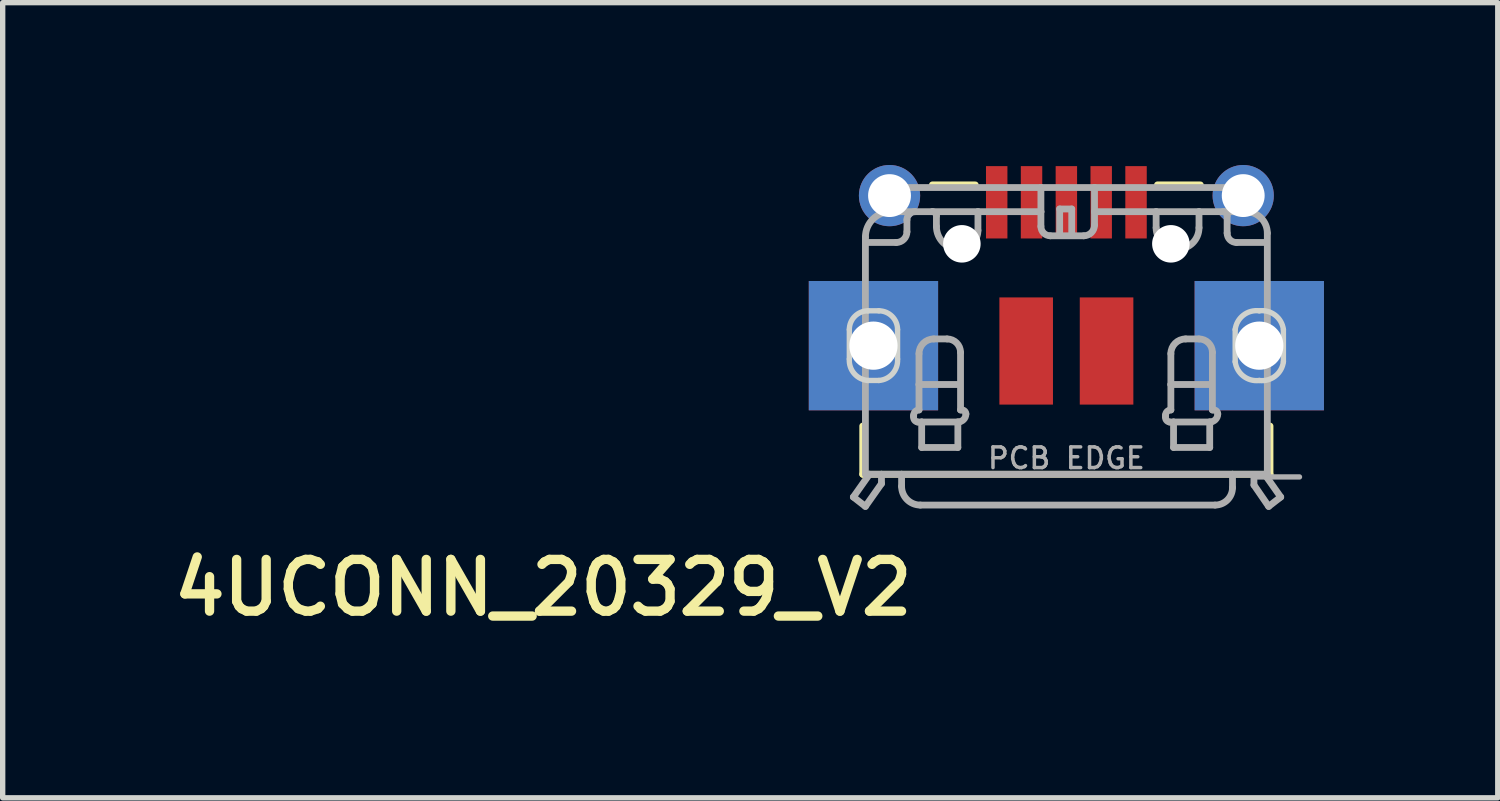
<source format=kicad_pcb>
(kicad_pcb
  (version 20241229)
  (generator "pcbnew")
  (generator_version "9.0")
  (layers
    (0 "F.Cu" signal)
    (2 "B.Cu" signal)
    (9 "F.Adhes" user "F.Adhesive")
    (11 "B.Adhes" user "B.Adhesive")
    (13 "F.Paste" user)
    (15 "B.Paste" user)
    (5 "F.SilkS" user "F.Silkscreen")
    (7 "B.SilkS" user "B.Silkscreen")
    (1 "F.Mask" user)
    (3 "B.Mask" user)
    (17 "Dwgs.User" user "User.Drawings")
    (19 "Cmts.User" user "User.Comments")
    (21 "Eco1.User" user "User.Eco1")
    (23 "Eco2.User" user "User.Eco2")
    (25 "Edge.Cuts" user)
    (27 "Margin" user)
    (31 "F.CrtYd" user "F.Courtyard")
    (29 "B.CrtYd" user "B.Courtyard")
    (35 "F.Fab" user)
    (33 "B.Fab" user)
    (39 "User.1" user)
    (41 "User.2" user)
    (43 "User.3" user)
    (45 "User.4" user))
  (footprint "4UCONN_20329_V2"
    (layer "F.Cu")
    (at 16.849 1.5)
    (property "Reference" "4UCONN_20329_V2" (at -2.778 5.852 180) (layer "F.SilkS") (effects (font (size 0.965 0.965) (thickness 0.174)) (justify right top)))
    (attr through_hole)
    (fp_poly (pts (xy -1.55 -0.05) (xy -1.05 -0.05) (xy -1.05 -1.5) (xy -1.55 -1.5)) (stroke (width 0) (type solid)) (fill yes) (layer "F.Mask"))
    (fp_poly (pts (xy -0.9 -0.05) (xy -0.4 -0.05) (xy -0.4 -1.5) (xy -0.9 -1.5)) (stroke (width 0) (type solid)) (fill yes) (layer "F.Mask"))
    (fp_poly (pts (xy -0.25 -0.05) (xy 0.25 -0.05) (xy 0.25 -1.5) (xy -0.25 -1.5)) (stroke (width 0) (type solid)) (fill yes) (layer "F.Mask"))
    (fp_poly (pts (xy 0.4 -0.05) (xy 0.9 -0.05) (xy 0.9 -1.5) (xy 0.4 -1.5)) (stroke (width 0) (type solid)) (fill yes) (layer "F.Mask"))
    (fp_poly (pts (xy 1.05 -0.05) (xy 1.55 -0.05) (xy 1.55 -1.5) (xy 1.05 -1.5)) (stroke (width 0) (type solid)) (fill yes) (layer "F.Mask"))
    (fp_line (start -3.8 3.4) (end -3.8 4.3) (stroke (width 0.127) (type solid)) (layer "F.SilkS"))
    (fp_line (start -3.8 4.3) (end 3.8 4.3) (stroke (width 0.127) (type solid)) (layer "F.SilkS"))
    (fp_line (start -2.5 -1.1) (end -1.7 -1.1) (stroke (width 0.127) (type solid)) (layer "F.SilkS"))
    (fp_line (start 1.7 -1.1) (end 2.5 -1.1) (stroke (width 0.127) (type solid)) (layer "F.SilkS"))
    (fp_line (start 3.8 4.3) (end 3.8 3.4) (stroke (width 0.127) (type solid)) (layer "F.SilkS"))
    (fp_poly (pts (xy -4.85 3.15) (xy -2.35 3.15) (xy -2.35 0.65) (xy -4.85 0.65)) (stroke (width 0) (type solid)) (fill yes) (layer "F.Paste"))
    (fp_poly (pts (xy -1.45 -0.15) (xy -1.15 -0.15) (xy -1.15 -1.4) (xy -1.45 -1.4)) (stroke (width 0) (type solid)) (fill yes) (layer "F.Paste"))
    (fp_poly (pts (xy -0.8 -0.15) (xy -0.5 -0.15) (xy -0.5 -1.4) (xy -0.8 -1.4)) (stroke (width 0) (type solid)) (fill yes) (layer "F.Paste"))
    (fp_poly (pts (xy -0.15 -0.15) (xy 0.15 -0.15) (xy 0.15 -1.4) (xy -0.15 -1.4)) (stroke (width 0) (type solid)) (fill yes) (layer "F.Paste"))
    (fp_poly (pts (xy 0.5 -0.15) (xy 0.8 -0.15) (xy 0.8 -1.4) (xy 0.5 -1.4)) (stroke (width 0) (type solid)) (fill yes) (layer "F.Paste"))
    (fp_poly (pts (xy 1.15 -0.15) (xy 1.45 -0.15) (xy 1.45 -1.4) (xy 1.15 -1.4)) (stroke (width 0) (type solid)) (fill yes) (layer "F.Paste"))
    (fp_poly (pts (xy 2.35 3.15) (xy 4.85 3.15) (xy 4.85 0.65) (xy 2.35 0.65)) (stroke (width 0) (type solid)) (fill yes) (layer "F.Paste"))
    (fp_poly (pts (xy -5.05 -0.9) (xy -5.014 -0.724) (xy -4.925 -0.567) (xy -4.793 -0.445) (xy -4.45 -0.35) (xy -3.35 -0.35) (xy -3.171 -0.37) (xy -3.007 -0.445) (xy -2.875 -0.567) (xy -2.786 -0.724) (xy -2.75 -0.9) (xy -2.786 -1.076) (xy -2.875 -1.233) (xy -3.007 -1.355) (xy -3.35 -1.45) (xy -4.45 -1.45) (xy -4.629 -1.43) (xy -4.793 -1.355) (xy -4.925 -1.233)) (stroke (width 0) (type solid)) (fill yes) (layer "F.Paste"))
    (fp_poly (pts (xy 2.75 -0.9) (xy 2.786 -0.724) (xy 2.875 -0.567) (xy 3.007 -0.445) (xy 3.35 -0.35) (xy 4.45 -0.35) (xy 4.629 -0.37) (xy 4.793 -0.445) (xy 4.925 -0.567) (xy 5.014 -0.724) (xy 5.05 -0.9) (xy 5.014 -1.076) (xy 4.925 -1.233) (xy 4.793 -1.355) (xy 4.45 -1.45) (xy 3.35 -1.45) (xy 3.171 -1.43) (xy 3.007 -1.355) (xy 2.875 -1.233)) (stroke (width 0) (type solid)) (fill yes) (layer "F.Paste"))
    (fp_line (start -4.05 2.15) (end -4.05 1.6) (stroke (width 0.1) (type solid)) (layer "Edge.Cuts"))
    (fp_line (start -3.7 1.25) (end -3.5 1.25) (stroke (width 0.1) (type solid)) (layer "Edge.Cuts"))
    (fp_line (start -3.5 2.55) (end -3.7 2.55) (stroke (width 0.1) (type solid)) (layer "Edge.Cuts"))
    (fp_line (start -3.15 1.6) (end -3.15 2.15) (stroke (width 0.1) (type solid)) (layer "Edge.Cuts"))
    (fp_line (start 3.15 2.2) (end 3.15 1.6) (stroke (width 0.1) (type solid)) (layer "Edge.Cuts"))
    (fp_line (start 4.05 1.6) (end 4.05 2.2) (stroke (width 0.1) (type solid)) (layer "Edge.Cuts"))
    (fp_arc (start -4.05 1.6) (mid -3.947487 1.352513) (end -3.7 1.25) (stroke (width 0.1) (type solid)) (layer "Edge.Cuts"))
    (fp_arc (start -3.7 2.55) (mid -3.957843 2.422487) (end -4.05 2.15) (stroke (width 0.1) (type solid)) (layer "Edge.Cuts"))
    (fp_arc (start -3.5 1.25) (mid -3.252513 1.352513) (end -3.15 1.6) (stroke (width 0.1) (type solid)) (layer "Edge.Cuts"))
    (fp_arc (start -3.15 2.15) (mid -3.242157 2.422487) (end -3.5 2.55) (stroke (width 0.1) (type solid)) (layer "Edge.Cuts"))
    (fp_arc (start 3.15 1.6) (mid 3.302513 1.331802) (end 3.6 1.25) (stroke (width 0.1) (type solid)) (layer "Edge.Cuts"))
    (fp_arc (start 3.6 1.25) (mid 3.897487 1.331802) (end 4.05 1.6) (stroke (width 0.1) (type solid)) (layer "Edge.Cuts"))
    (fp_arc (start 3.6 2.55) (mid 3.302513 2.468198) (end 3.15 2.2) (stroke (width 0.1) (type solid)) (layer "Edge.Cuts"))
    (fp_arc (start 4.05 2.2) (mid 3.897487 2.468198) (end 3.6 2.55) (stroke (width 0.1) (type solid)) (layer "Edge.Cuts"))
    (fp_line (start -3.975 4.725) (end -3.75 4.9) (stroke (width 0.127) (type solid)) (layer "F.Fab"))
    (fp_line (start -3.975 4.725) (end -3.675 4.3) (stroke (width 0.127) (type solid)) (layer "F.Fab"))
    (fp_line (start -3.75 -0.125) (end -3.75 4.3) (stroke (width 0.127) (type solid)) (layer "F.Fab"))
    (fp_line (start -3.75 4.3) (end -3.675 4.3) (stroke (width 0.127) (type solid)) (layer "F.Fab"))
    (fp_line (start -3.75 4.9) (end -3.45 4.475) (stroke (width 0.127) (type solid)) (layer "F.Fab"))
    (fp_line (start -3.725 -0.025) (end -3.175 -0.025) (stroke (width 0.127) (type solid)) (layer "F.Fab"))
    (fp_line (start -3.675 4.3) (end -3.45 4.3) (stroke (width 0.127) (type solid)) (layer "F.Fab"))
    (fp_line (start -3.575 -1.05) (end -0.475 -1.05) (stroke (width 0.127) (type solid)) (layer "F.Fab"))
    (fp_line (start -3.575 -0.75) (end -3.575 -1.05) (stroke (width 0.127) (type solid)) (layer "F.Fab"))
    (fp_line (start -3.45 4.3) (end -3.075 4.3) (stroke (width 0.127) (type solid)) (layer "F.Fab"))
    (fp_line (start -3.45 4.475) (end -3.45 4.3) (stroke (width 0.127) (type solid)) (layer "F.Fab"))
    (fp_line (start -3.425 -0.75) (end -3.575 -0.75) (stroke (width 0.127) (type solid)) (layer "F.Fab"))
    (fp_line (start -3.425 -0.625) (end -3.425 -0.75) (stroke (width 0.127) (type solid)) (layer "F.Fab"))
    (fp_line (start -3.075 4.3) (end -3.075 4.525) (stroke (width 0.127) (type solid)) (layer "F.Fab"))
    (fp_line (start -3.075 4.3) (end 3.1 4.3) (stroke (width 0.127) (type solid)) (layer "F.Fab"))
    (fp_line (start -2.975 -0.225) (end -2.975 -0.45) (stroke (width 0.127) (type solid)) (layer "F.Fab"))
    (fp_line (start -2.85 3.225) (end -2.85 3.2) (stroke (width 0.127) (type solid)) (layer "F.Fab"))
    (fp_line (start -2.825 -0.6) (end -3.275 -0.6) (stroke (width 0.127) (type solid)) (layer "F.Fab"))
    (fp_line (start -2.825 -0.6) (end -2.5 -0.6) (stroke (width 0.127) (type solid)) (layer "F.Fab"))
    (fp_line (start -2.75 2.625) (end -2.75 2.05) (stroke (width 0.127) (type solid)) (layer "F.Fab"))
    (fp_line (start -2.75 2.625) (end -2 2.625) (stroke (width 0.127) (type solid)) (layer "F.Fab"))
    (fp_line (start -2.75 3.1) (end -2.75 2.625) (stroke (width 0.127) (type solid)) (layer "F.Fab"))
    (fp_line (start -2.725 4.875) (end 2.775 4.875) (stroke (width 0.127) (type solid)) (layer "F.Fab"))
    (fp_line (start -2.7 3.325) (end -2.775 3.325) (stroke (width 0.127) (type solid)) (layer "F.Fab"))
    (fp_line (start -2.7 3.325) (end -2 3.325) (stroke (width 0.127) (type solid)) (layer "F.Fab"))
    (fp_line (start -2.7 3.8) (end -2.7 3.325) (stroke (width 0.127) (type solid)) (layer "F.Fab"))
    (fp_line (start -2.475 1.775) (end -2.225 1.775) (stroke (width 0.127) (type solid)) (layer "F.Fab"))
    (fp_line (start -2.425 -0.525) (end -2.425 -0.325) (stroke (width 0.127) (type solid)) (layer "F.Fab"))
    (fp_line (start -2.025 3.325) (end -2.025 3.8) (stroke (width 0.127) (type solid)) (layer "F.Fab"))
    (fp_line (start -2.025 3.8) (end -2.7 3.8) (stroke (width 0.127) (type solid)) (layer "F.Fab"))
    (fp_line (start -1.975 2.025) (end -1.975 3.1) (stroke (width 0.127) (type solid)) (layer "F.Fab"))
    (fp_line (start -1.975 3.1) (end -1.95 3.1) (stroke (width 0.127) (type solid)) (layer "F.Fab"))
    (fp_line (start -1.65 -0.6) (end -2.5 -0.6) (stroke (width 0.127) (type solid)) (layer "F.Fab"))
    (fp_line (start -1.65 -0.25) (end -1.65 -0.6) (stroke (width 0.127) (type solid)) (layer "F.Fab"))
    (fp_line (start -0.475 -1.05) (end 0.525 -1.05) (stroke (width 0.127) (type solid)) (layer "F.Fab"))
    (fp_line (start -0.475 -0.6) (end -1.65 -0.6) (stroke (width 0.127) (type solid)) (layer "F.Fab"))
    (fp_line (start -0.475 -0.6) (end -0.475 -1.05) (stroke (width 0.127) (type solid)) (layer "F.Fab"))
    (fp_line (start -0.475 -0.325) (end -0.475 -0.6) (stroke (width 0.127) (type solid)) (layer "F.Fab"))
    (fp_line (start -0.125 -0.65) (end 0.1 -0.65) (stroke (width 0.127) (type solid)) (layer "F.Fab"))
    (fp_line (start -0.125 -0.175) (end -0.125 -0.65) (stroke (width 0.127) (type solid)) (layer "F.Fab"))
    (fp_line (start 0.1 -0.65) (end 0.1 -0.175) (stroke (width 0.127) (type solid)) (layer "F.Fab"))
    (fp_line (start 0.325 -0.15) (end -0.3 -0.15) (stroke (width 0.127) (type solid)) (layer "F.Fab"))
    (fp_line (start 0.525 -1.05) (end 0.525 -0.6) (stroke (width 0.127) (type solid)) (layer "F.Fab"))
    (fp_line (start 0.525 -1.05) (end 3.6 -1.05) (stroke (width 0.127) (type solid)) (layer "F.Fab"))
    (fp_line (start 0.525 -0.6) (end 0.525 -0.35) (stroke (width 0.127) (type solid)) (layer "F.Fab"))
    (fp_line (start 1.675 -0.6) (end 0.525 -0.6) (stroke (width 0.127) (type solid)) (layer "F.Fab"))
    (fp_line (start 1.675 -0.6) (end 1.675 -0.3) (stroke (width 0.127) (type solid)) (layer "F.Fab"))
    (fp_line (start 1.85 3.225) (end 1.85 3.2) (stroke (width 0.127) (type solid)) (layer "F.Fab"))
    (fp_line (start 1.95 2.625) (end 1.95 2.05) (stroke (width 0.127) (type solid)) (layer "F.Fab"))
    (fp_line (start 1.95 2.625) (end 2.7 2.625) (stroke (width 0.127) (type solid)) (layer "F.Fab"))
    (fp_line (start 1.95 3.1) (end 1.95 2.625) (stroke (width 0.127) (type solid)) (layer "F.Fab"))
    (fp_line (start 2 3.325) (end 1.925 3.325) (stroke (width 0.127) (type solid)) (layer "F.Fab"))
    (fp_line (start 2 3.325) (end 2.7 3.325) (stroke (width 0.127) (type solid)) (layer "F.Fab"))
    (fp_line (start 2 3.8) (end 2 3.325) (stroke (width 0.127) (type solid)) (layer "F.Fab"))
    (fp_line (start 2.225 1.775) (end 2.475 1.775) (stroke (width 0.127) (type solid)) (layer "F.Fab"))
    (fp_line (start 2.475 -0.6) (end 1.675 -0.6) (stroke (width 0.127) (type solid)) (layer "F.Fab"))
    (fp_line (start 2.475 -0.6) (end 2.925 -0.6) (stroke (width 0.127) (type solid)) (layer "F.Fab"))
    (fp_line (start 2.475 -0.3) (end 2.475 -0.6) (stroke (width 0.127) (type solid)) (layer "F.Fab"))
    (fp_line (start 2.675 3.325) (end 2.675 3.8) (stroke (width 0.127) (type solid)) (layer "F.Fab"))
    (fp_line (start 2.675 3.8) (end 2 3.8) (stroke (width 0.127) (type solid)) (layer "F.Fab"))
    (fp_line (start 2.725 2.025) (end 2.725 3.1) (stroke (width 0.127) (type solid)) (layer "F.Fab"))
    (fp_line (start 2.725 3.1) (end 2.75 3.1) (stroke (width 0.127) (type solid)) (layer "F.Fab"))
    (fp_line (start 3 -0.525) (end 3 -0.2) (stroke (width 0.127) (type solid)) (layer "F.Fab"))
    (fp_line (start 3.1 4.3) (end 3.7 4.3) (stroke (width 0.127) (type solid)) (layer "F.Fab"))
    (fp_line (start 3.1 4.55) (end 3.1 4.3) (stroke (width 0.127) (type solid)) (layer "F.Fab"))
    (fp_line (start 3.175 -0.025) (end 3.725 -0.025) (stroke (width 0.127) (type solid)) (layer "F.Fab"))
    (fp_line (start 3.35 -0.775) (end 3.35 -0.6) (stroke (width 0.127) (type solid)) (layer "F.Fab"))
    (fp_line (start 3.35 -0.6) (end 2.925 -0.6) (stroke (width 0.127) (type solid)) (layer "F.Fab"))
    (fp_line (start 3.5 4.35) (end 4.35 4.35) (stroke (width 0.1) (type solid)) (layer "F.Fab"))
    (fp_line (start 3.5 4.5) (end 3.5 4.35) (stroke (width 0.127) (type solid)) (layer "F.Fab"))
    (fp_line (start 3.6 -1.05) (end 3.6 -0.775) (stroke (width 0.127) (type solid)) (layer "F.Fab"))
    (fp_line (start 3.6 -0.775) (end 3.35 -0.775) (stroke (width 0.127) (type solid)) (layer "F.Fab"))
    (fp_line (start 3.7 4.3) (end 3.75 4.3) (stroke (width 0.127) (type solid)) (layer "F.Fab"))
    (fp_line (start 3.7 4.3) (end 4 4.725) (stroke (width 0.127) (type solid)) (layer "F.Fab"))
    (fp_line (start 3.75 4.3) (end 3.75 -0.2) (stroke (width 0.127) (type solid)) (layer "F.Fab"))
    (fp_line (start 3.775 4.9) (end 3.5 4.5) (stroke (width 0.127) (type solid)) (layer "F.Fab"))
    (fp_line (start 4 4.725) (end 3.775 4.9) (stroke (width 0.127) (type solid)) (layer "F.Fab"))
    (fp_arc (start -3.750001 -0.124999) (mid -3.610876 -0.460875) (end -3.275 -0.6) (stroke (width 0.127) (type solid)) (layer "F.Fab"))
    (fp_arc (start -2.975 -0.45) (mid -2.931066 -0.556066) (end -2.825 -0.6) (stroke (width 0.127) (type solid)) (layer "F.Fab"))
    (fp_arc (start -2.975 -0.225) (mid -3.033579 -0.083579) (end -3.175 -0.025) (stroke (width 0.127) (type solid)) (layer "F.Fab"))
    (fp_arc (start -2.85 3.2) (mid -2.820711 3.129289) (end -2.75 3.1) (stroke (width 0.127) (type solid)) (layer "F.Fab"))
    (fp_arc (start -2.775 3.325) (mid -2.833211 3.290533) (end -2.85 3.225) (stroke (width 0.127) (type solid)) (layer "F.Fab"))
    (fp_arc (start -2.75 2.05) (mid -2.669454 1.855546) (end -2.475 1.775) (stroke (width 0.127) (type solid)) (layer "F.Fab"))
    (fp_arc (start -2.725 4.875) (mid -2.972487 4.772487) (end -3.075 4.525) (stroke (width 0.127) (type solid)) (layer "F.Fab"))
    (fp_arc (start -2.5 -0.6) (mid -2.446967 -0.578033) (end -2.425 -0.525) (stroke (width 0.127) (type solid)) (layer "F.Fab"))
    (fp_arc (start -2.225 1.775) (mid -2.048223 1.848223) (end -1.975 2.025) (stroke (width 0.127) (type solid)) (layer "F.Fab"))
    (fp_arc (start -2 0.1) (mid -2.30052 -0.02448) (end -2.425 -0.325) (stroke (width 0.127) (type solid)) (layer "F.Fab"))
    (fp_arc (start -1.95 3.1) (mid -1.896967 3.121967) (end -1.875 3.175) (stroke (width 0.127) (type solid)) (layer "F.Fab"))
    (fp_arc (start -1.875 3.175) (mid -1.918934 3.281066) (end -2.025 3.325) (stroke (width 0.127) (type solid)) (layer "F.Fab"))
    (fp_arc (start -1.65 -0.25) (mid -1.752513 -0.002513) (end -2 0.1) (stroke (width 0.127) (type solid)) (layer "F.Fab"))
    (fp_arc (start -0.3 -0.15) (mid -0.423744 -0.201256) (end -0.475 -0.325) (stroke (width 0.127) (type solid)) (layer "F.Fab"))
    (fp_arc (start 0.525 -0.35) (mid 0.466421 -0.208579) (end 0.325 -0.15) (stroke (width 0.127) (type solid)) (layer "F.Fab"))
    (fp_arc (start 1.85 3.2) (mid 1.879289 3.129289) (end 1.95 3.1) (stroke (width 0.127) (type solid)) (layer "F.Fab"))
    (fp_arc (start 1.925 3.325) (mid 1.866789 3.290533) (end 1.85 3.225) (stroke (width 0.127) (type solid)) (layer "F.Fab"))
    (fp_arc (start 1.95 2.05) (mid 2.030546 1.855546) (end 2.225 1.775) (stroke (width 0.127) (type solid)) (layer "F.Fab"))
    (fp_arc (start 2.075 0.1) (mid 1.792157 -0.017157) (end 1.675 -0.3) (stroke (width 0.127) (type solid)) (layer "F.Fab"))
    (fp_arc (start 2.475 -0.3) (mid 2.357843 -0.017157) (end 2.075 0.1) (stroke (width 0.127) (type solid)) (layer "F.Fab"))
    (fp_arc (start 2.475 1.775) (mid 2.651777 1.848223) (end 2.725 2.025) (stroke (width 0.127) (type solid)) (layer "F.Fab"))
    (fp_arc (start 2.75 3.1) (mid 2.803033 3.121967) (end 2.825 3.175) (stroke (width 0.127) (type solid)) (layer "F.Fab"))
    (fp_arc (start 2.825 3.175) (mid 2.781066 3.281066) (end 2.675 3.325) (stroke (width 0.127) (type solid)) (layer "F.Fab"))
    (fp_arc (start 2.925 -0.6) (mid 2.978033 -0.578033) (end 3 -0.525) (stroke (width 0.127) (type solid)) (layer "F.Fab"))
    (fp_arc (start 3.1 4.55) (mid 3.00481 4.77981) (end 2.775 4.875) (stroke (width 0.127) (type solid)) (layer "F.Fab"))
    (fp_arc (start 3.175 -0.025) (mid 3.051256 -0.076256) (end 3 -0.2) (stroke (width 0.127) (type solid)) (layer "F.Fab"))
    (fp_arc (start 3.349999 -0.599999) (mid 3.632842 -0.482842) (end 3.75 -0.2) (stroke (width 0.127) (type solid)) (layer "F.Fab"))
    (fp_text user "PCB EDGE" (at 0 4 0) (layer "F.Fab") (effects (font (size 0.386 0.386) (thickness 0.065))))
    (pad "" np_thru_hole circle (at -1.95 0) (size 0.7 0.7) (drill 0.7) (layers "*.Cu" "*.Mask"))
    (pad "" np_thru_hole circle (at 1.95 0) (size 0.7 0.7) (drill 0.7) (layers "*.Cu" "*.Mask"))
    (pad "BASE@1" smd rect (at -0.75 2 90) (size 2 1) (layers "F.Cu" "F.Mask" "F.Paste"))
    (pad "BASE@2" smd rect (at 0.75 2 90) (size 2 1) (layers "F.Cu" "F.Mask" "F.Paste"))
    (pad "D+" smd rect (at 0 -0.775) (size 0.4 1.35) (layers "F.Cu" "F.Mask"))
    (pad "D-" smd rect (at -0.65 -0.775) (size 0.4 1.35) (layers "F.Cu" "F.Mask"))
    (pad "GND" smd rect (at 1.3 -0.775) (size 0.4 1.35) (layers "F.Cu" "F.Mask"))
    (pad "ID" smd rect (at 0.65 -0.775) (size 0.4 1.35) (layers "F.Cu" "F.Mask"))
    (pad "SPRT@1" thru_hole circle (at -3.3 -0.9 180) (size 1.143 1.143) (drill 0.8) (layers "*.Cu" "*.Mask"))
    (pad "SPRT@2" thru_hole circle (at 3.3 -0.9) (size 1.143 1.143) (drill 0.8) (layers "*.Cu" "*.Mask"))
    (pad "SPRT@3" thru_hole rect (at -3.6 1.9 90) (size 2.413 2.413) (drill 0.9) (layers "*.Cu" "*.Mask"))
    (pad "SPRT@4" thru_hole rect (at 3.6 1.9 90) (size 2.413 2.413) (drill 0.9) (layers "*.Cu" "*.Mask"))
    (pad "VBUS" smd rect (at -1.3 -0.775) (size 0.4 1.35) (layers "F.Cu" "F.Mask")))
  (gr_rect
    (start -3 -3)
    (end 24.899 11.838)
    (stroke (width 0.1) (type default))
    (fill no)
    (layer "Edge.Cuts")))
</source>
